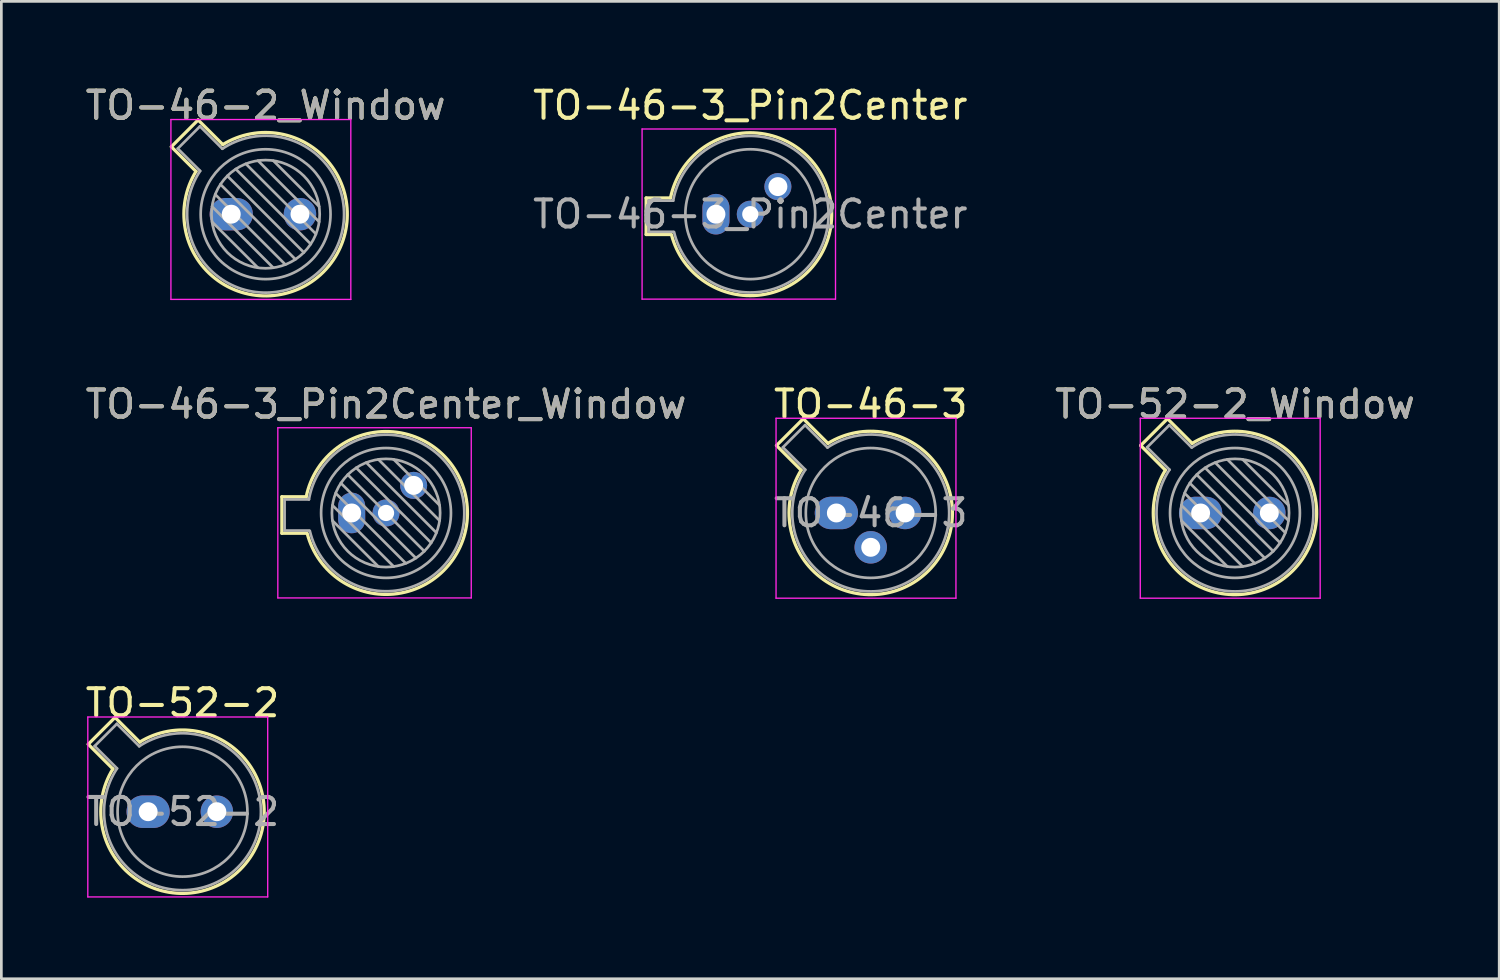
<source format=kicad_pcb>
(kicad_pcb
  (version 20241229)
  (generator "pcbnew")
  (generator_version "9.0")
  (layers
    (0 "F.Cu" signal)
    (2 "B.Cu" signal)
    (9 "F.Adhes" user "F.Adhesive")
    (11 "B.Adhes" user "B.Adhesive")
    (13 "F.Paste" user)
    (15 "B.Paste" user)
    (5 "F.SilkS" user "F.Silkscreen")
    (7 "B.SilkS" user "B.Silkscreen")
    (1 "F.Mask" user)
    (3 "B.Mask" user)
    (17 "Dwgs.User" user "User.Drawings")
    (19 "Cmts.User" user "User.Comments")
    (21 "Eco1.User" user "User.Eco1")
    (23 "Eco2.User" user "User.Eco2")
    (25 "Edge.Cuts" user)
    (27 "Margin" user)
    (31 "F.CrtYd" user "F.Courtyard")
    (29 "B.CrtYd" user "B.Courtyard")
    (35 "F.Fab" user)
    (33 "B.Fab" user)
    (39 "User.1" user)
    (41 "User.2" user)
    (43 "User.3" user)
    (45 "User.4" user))
  (footprint "TO-46-3"
    (layer "F.Cu")
    (at 27.867 15.912)
    (property "Reference" "TO-46-3" (at 1.27 -4.02 0) (layer "F.SilkS") (effects (font (size 1 1) (thickness 0.15))))
    (attr through_hole)
    (fp_line (start -2.214 -2.494) (end -1.302 -1.582) (stroke (width 0.12) (type solid)) (layer "F.SilkS"))
    (fp_line (start -1.224 -3.484) (end -2.214 -2.494) (stroke (width 0.12) (type solid)) (layer "F.SilkS"))
    (fp_line (start -0.312 -2.572) (end -1.224 -3.484) (stroke (width 0.12) (type solid)) (layer "F.SilkS"))
    (fp_arc (start -0.312331 -2.572281) (mid 3.405374 2.135551) (end -1.30215 -1.582544) (stroke (width 0.12) (type solid)) (layer "F.SilkS"))
    (fp_line (start -2.23 -3.5) (end -2.23 3.15) (stroke (width 0.05) (type solid)) (layer "F.CrtYd"))
    (fp_line (start -2.23 3.15) (end 4.42 3.15) (stroke (width 0.05) (type solid)) (layer "F.CrtYd"))
    (fp_line (start 4.42 -3.5) (end -2.23 -3.5) (stroke (width 0.05) (type solid)) (layer "F.CrtYd"))
    (fp_line (start 4.42 3.15) (end 4.42 -3.5) (stroke (width 0.05) (type solid)) (layer "F.CrtYd"))
    (fp_line (start -1.977 -2.426) (end -1.149 -1.599) (stroke (width 0.1) (type solid)) (layer "F.Fab"))
    (fp_line (start -1.156 -3.247) (end -1.977 -2.426) (stroke (width 0.1) (type solid)) (layer "F.Fab"))
    (fp_line (start -0.329 -2.419) (end -1.156 -3.247) (stroke (width 0.1) (type solid)) (layer "F.Fab"))
    (fp_arc (start -0.329057 -2.419301) (mid 3.321075 2.050145) (end -1.150029 -1.597956) (stroke (width 0.1) (type solid)) (layer "F.Fab"))
    (fp_circle (center 1.27 0) (end 3.67 0) (stroke (width 0.1) (type solid)) (fill no) (layer "F.Fab"))
    (fp_text user "${REFERENCE}" (at 1.27 0.000001 0) (layer "F.Fab") (effects (font (size 1 1) (thickness 0.15))))
    (pad "1" thru_hole oval (at 0 0) (size 1.6 1.2) (drill 0.7) (layers "*.Cu" "*.Mask"))
    (pad "2" thru_hole oval (at 1.27 1.27) (size 1.2 1.2) (drill 0.7) (layers "*.Cu" "*.Mask"))
    (pad "3" thru_hole oval (at 2.54 0) (size 1.2 1.2) (drill 0.7) (layers "*.Cu" "*.Mask")))
  (footprint "TO-46-2_Window"
    (layer "F.Cu")
    (at 5.498 4.868)
    (property "Reference" "TO-46-2_Window" (at 1.27 -4.02 0) (layer "F.SilkS") (effects (font (size 1 1) (thickness 0.15))))
    (attr through_hole)
    (fp_line (start -2.214 -2.494) (end -1.302 -1.582) (stroke (width 0.12) (type solid)) (layer "F.SilkS"))
    (fp_line (start -1.224 -3.484) (end -2.214 -2.494) (stroke (width 0.12) (type solid)) (layer "F.SilkS"))
    (fp_line (start -0.312 -2.572) (end -1.224 -3.484) (stroke (width 0.12) (type solid)) (layer "F.SilkS"))
    (fp_arc (start -0.312331 -2.572281) (mid 3.405374 2.135551) (end -1.30215 -1.582544) (stroke (width 0.12) (type solid)) (layer "F.SilkS"))
    (fp_line (start -2.23 -3.5) (end -2.23 3.15) (stroke (width 0.05) (type solid)) (layer "F.CrtYd"))
    (fp_line (start -2.23 3.15) (end 4.42 3.15) (stroke (width 0.05) (type solid)) (layer "F.CrtYd"))
    (fp_line (start 4.42 -3.5) (end -2.23 -3.5) (stroke (width 0.05) (type solid)) (layer "F.CrtYd"))
    (fp_line (start 4.42 3.15) (end 4.42 -3.5) (stroke (width 0.05) (type solid)) (layer "F.CrtYd"))
    (fp_line (start -1.977 -2.426) (end -1.149 -1.599) (stroke (width 0.1) (type solid)) (layer "F.Fab"))
    (fp_line (start -1.156 -3.247) (end -1.977 -2.426) (stroke (width 0.1) (type solid)) (layer "F.Fab"))
    (fp_line (start -0.71 -0.283) (end 1.553 1.98) (stroke (width 0.1) (type solid)) (layer "F.Fab"))
    (fp_line (start -0.71 0.283) (end 0.987 1.98) (stroke (width 0.1) (type solid)) (layer "F.Fab"))
    (fp_line (start -0.592 -0.731) (end 2.001 1.862) (stroke (width 0.1) (type solid)) (layer "F.Fab"))
    (fp_line (start -0.399 -1.103) (end 2.373 1.669) (stroke (width 0.1) (type solid)) (layer "F.Fab"))
    (fp_line (start -0.329 -2.419) (end -1.156 -3.247) (stroke (width 0.1) (type solid)) (layer "F.Fab"))
    (fp_line (start -0.145 -1.415) (end 2.685 1.415) (stroke (width 0.1) (type solid)) (layer "F.Fab"))
    (fp_line (start 0.167 -1.669) (end 2.939 1.103) (stroke (width 0.1) (type solid)) (layer "F.Fab"))
    (fp_line (start 0.539 -1.862) (end 3.132 0.731) (stroke (width 0.1) (type solid)) (layer "F.Fab"))
    (fp_line (start 0.987 -1.98) (end 3.25 0.283) (stroke (width 0.1) (type solid)) (layer "F.Fab"))
    (fp_line (start 1.553 -1.98) (end 3.25 -0.283) (stroke (width 0.1) (type solid)) (layer "F.Fab"))
    (fp_arc (start -0.329057 -2.419301) (mid 3.321075 2.050145) (end -1.150029 -1.597956) (stroke (width 0.1) (type solid)) (layer "F.Fab"))
    (fp_circle (center 1.27 0) (end 3.27 0) (stroke (width 0.1) (type solid)) (fill no) (layer "F.Fab"))
    (fp_circle (center 1.27 0) (end 3.67 0) (stroke (width 0.1) (type solid)) (fill no) (layer "F.Fab"))
    (fp_text user "${REFERENCE}" (at 1.27 -4.02 0) (layer "F.Fab") (effects (font (size 1 1) (thickness 0.15))))
    (pad "1" thru_hole oval (at 0 0) (size 1.6 1.2) (drill 0.7) (layers "*.Cu" "*.Mask"))
    (pad "2" thru_hole oval (at 2.54 0) (size 1.2 1.2) (drill 0.7) (layers "*.Cu" "*.Mask")))
  (footprint "TO-52-2_Window"
    (layer "F.Cu")
    (at 41.331 15.912)
    (property "Reference" "TO-52-2_Window" (at 1.27 -4.02 0) (layer "F.SilkS") (effects (font (size 1 1) (thickness 0.15))))
    (attr through_hole)
    (fp_line (start -2.214 -2.494) (end -1.302 -1.582) (stroke (width 0.12) (type solid)) (layer "F.SilkS"))
    (fp_line (start -1.224 -3.484) (end -2.214 -2.494) (stroke (width 0.12) (type solid)) (layer "F.SilkS"))
    (fp_line (start -0.312 -2.572) (end -1.224 -3.484) (stroke (width 0.12) (type solid)) (layer "F.SilkS"))
    (fp_arc (start -0.312331 -2.572281) (mid 3.405374 2.135551) (end -1.30215 -1.582544) (stroke (width 0.12) (type solid)) (layer "F.SilkS"))
    (fp_line (start -2.23 -3.5) (end -2.23 3.15) (stroke (width 0.05) (type solid)) (layer "F.CrtYd"))
    (fp_line (start -2.23 3.15) (end 4.42 3.15) (stroke (width 0.05) (type solid)) (layer "F.CrtYd"))
    (fp_line (start 4.42 -3.5) (end -2.23 -3.5) (stroke (width 0.05) (type solid)) (layer "F.CrtYd"))
    (fp_line (start 4.42 3.15) (end 4.42 -3.5) (stroke (width 0.05) (type solid)) (layer "F.CrtYd"))
    (fp_line (start -1.977 -2.426) (end -1.149 -1.599) (stroke (width 0.1) (type solid)) (layer "F.Fab"))
    (fp_line (start -1.156 -3.247) (end -1.977 -2.426) (stroke (width 0.1) (type solid)) (layer "F.Fab"))
    (fp_line (start -0.71 -0.283) (end 1.553 1.98) (stroke (width 0.1) (type solid)) (layer "F.Fab"))
    (fp_line (start -0.71 0.283) (end 0.987 1.98) (stroke (width 0.1) (type solid)) (layer "F.Fab"))
    (fp_line (start -0.592 -0.731) (end 2.001 1.862) (stroke (width 0.1) (type solid)) (layer "F.Fab"))
    (fp_line (start -0.399 -1.103) (end 2.373 1.669) (stroke (width 0.1) (type solid)) (layer "F.Fab"))
    (fp_line (start -0.329 -2.419) (end -1.156 -3.247) (stroke (width 0.1) (type solid)) (layer "F.Fab"))
    (fp_line (start -0.145 -1.415) (end 2.685 1.415) (stroke (width 0.1) (type solid)) (layer "F.Fab"))
    (fp_line (start 0.167 -1.669) (end 2.939 1.103) (stroke (width 0.1) (type solid)) (layer "F.Fab"))
    (fp_line (start 0.539 -1.862) (end 3.132 0.731) (stroke (width 0.1) (type solid)) (layer "F.Fab"))
    (fp_line (start 0.987 -1.98) (end 3.25 0.283) (stroke (width 0.1) (type solid)) (layer "F.Fab"))
    (fp_line (start 1.553 -1.98) (end 3.25 -0.283) (stroke (width 0.1) (type solid)) (layer "F.Fab"))
    (fp_arc (start -0.329057 -2.419301) (mid 3.321075 2.050145) (end -1.150029 -1.597956) (stroke (width 0.1) (type solid)) (layer "F.Fab"))
    (fp_circle (center 1.27 0) (end 3.27 0) (stroke (width 0.1) (type solid)) (fill no) (layer "F.Fab"))
    (fp_circle (center 1.27 0) (end 3.67 0) (stroke (width 0.1) (type solid)) (fill no) (layer "F.Fab"))
    (fp_text user "${REFERENCE}" (at 1.27 -4.02 0) (layer "F.Fab") (effects (font (size 1 1) (thickness 0.15))))
    (pad "1" thru_hole oval (at 0 0) (size 1.6 1.2) (drill 0.7) (layers "*.Cu" "*.Mask"))
    (pad "2" thru_hole oval (at 2.54 0) (size 1.2 1.2) (drill 0.7) (layers "*.Cu" "*.Mask")))
  (footprint "TO-46-3_Pin2Center"
    (layer "F.Cu")
    (at 23.415 4.868)
    (property "Reference" "TO-46-3_Pin2Center" (at 1.27 -4.02 0) (layer "F.SilkS") (effects (font (size 1 1) (thickness 0.15))))
    (attr through_hole)
    (fp_line (start -2.58 -0.6) (end -2.58 0.75) (stroke (width 0.12) (type solid)) (layer "F.SilkS"))
    (fp_line (start -2.58 0.75) (end -1.68 0.75) (stroke (width 0.12) (type solid)) (layer "F.SilkS"))
    (fp_line (start -1.68 -0.6) (end -2.58 -0.6) (stroke (width 0.12) (type solid)) (layer "F.SilkS"))
    (fp_arc (start -1.68 -0.6) (mid 4.279362 -0.078985) (end -1.644465 0.753918) (stroke (width 0.12) (type solid)) (layer "F.SilkS"))
    (fp_line (start -2.73 -3.15) (end -2.73 3.14) (stroke (width 0.05) (type solid)) (layer "F.CrtYd"))
    (fp_line (start -2.73 -3.15) (end 4.42 -3.15) (stroke (width 0.05) (type solid)) (layer "F.CrtYd"))
    (fp_line (start 4.42 3.14) (end -2.73 3.14) (stroke (width 0.05) (type solid)) (layer "F.CrtYd"))
    (fp_line (start 4.42 3.14) (end 4.42 -3.15) (stroke (width 0.05) (type solid)) (layer "F.CrtYd"))
    (fp_line (start -2.48 -0.5) (end -2.48 0.65) (stroke (width 0.1) (type solid)) (layer "F.Fab"))
    (fp_line (start -2.48 0.65) (end -1.58 0.65) (stroke (width 0.1) (type solid)) (layer "F.Fab"))
    (fp_line (start -1.58 -0.5) (end -2.48 -0.5) (stroke (width 0.1) (type solid)) (layer "F.Fab"))
    (fp_arc (start -1.58 -0.5) (mid 4.1624 -0.08076) (end -1.54766 0.65825) (stroke (width 0.1) (type solid)) (layer "F.Fab"))
    (fp_circle (center 1.27 0) (end 3.67 0) (stroke (width 0.1) (type solid)) (fill no) (layer "F.Fab"))
    (fp_text user "${REFERENCE}" (at 1.27 0 0) (layer "F.Fab") (effects (font (size 1 1) (thickness 0.15))))
    (pad "1" thru_hole oval (at 0 0 90) (size 1.5 1) (drill 0.7) (layers "*.Cu" "*.Mask"))
    (pad "2" thru_hole oval (at 1.27 0) (size 1 1) (drill 0.6) (layers "*.Cu" "*.Mask"))
    (pad "3" thru_hole oval (at 2.29 -1.02 90) (size 1 1) (drill 0.7) (layers "*.Cu" "*.Mask")))
  (footprint "TO-46-3_Pin2Center_Window"
    (layer "F.Cu")
    (at 9.95 15.912)
    (property "Reference" "TO-46-3_Pin2Center_Window" (at 1.27 -4.02 0) (layer "F.SilkS") (effects (font (size 1 1) (thickness 0.15))))
    (attr through_hole)
    (fp_line (start -2.58 -0.6) (end -2.58 0.75) (stroke (width 0.12) (type solid)) (layer "F.SilkS"))
    (fp_line (start -2.58 0.75) (end -1.68 0.75) (stroke (width 0.12) (type solid)) (layer "F.SilkS"))
    (fp_line (start -1.68 -0.6) (end -2.58 -0.6) (stroke (width 0.12) (type solid)) (layer "F.SilkS"))
    (fp_arc (start -1.68 -0.6) (mid 4.279362 -0.078985) (end -1.644465 0.753918) (stroke (width 0.12) (type solid)) (layer "F.SilkS"))
    (fp_line (start -2.73 -3.15) (end -2.73 3.14) (stroke (width 0.05) (type solid)) (layer "F.CrtYd"))
    (fp_line (start -2.73 -3.15) (end 4.42 -3.15) (stroke (width 0.05) (type solid)) (layer "F.CrtYd"))
    (fp_line (start 4.42 3.14) (end -2.73 3.14) (stroke (width 0.05) (type solid)) (layer "F.CrtYd"))
    (fp_line (start 4.42 3.14) (end 4.42 -3.15) (stroke (width 0.05) (type solid)) (layer "F.CrtYd"))
    (fp_line (start -2.48 -0.5) (end -2.48 0.65) (stroke (width 0.1) (type solid)) (layer "F.Fab"))
    (fp_line (start -2.48 0.65) (end -1.58 0.65) (stroke (width 0.1) (type solid)) (layer "F.Fab"))
    (fp_line (start -1.58 -0.5) (end -2.48 -0.5) (stroke (width 0.1) (type solid)) (layer "F.Fab"))
    (fp_line (start -0.71 -0.283) (end 1.553 1.98) (stroke (width 0.1) (type solid)) (layer "F.Fab"))
    (fp_line (start -0.71 0.283) (end 0.987 1.98) (stroke (width 0.1) (type solid)) (layer "F.Fab"))
    (fp_line (start -0.592 -0.731) (end 2.001 1.862) (stroke (width 0.1) (type solid)) (layer "F.Fab"))
    (fp_line (start -0.399 -1.103) (end 2.373 1.669) (stroke (width 0.1) (type solid)) (layer "F.Fab"))
    (fp_line (start -0.145 -1.415) (end 2.685 1.415) (stroke (width 0.1) (type solid)) (layer "F.Fab"))
    (fp_line (start 0.167 -1.669) (end 2.939 1.103) (stroke (width 0.1) (type solid)) (layer "F.Fab"))
    (fp_line (start 0.539 -1.862) (end 3.132 0.731) (stroke (width 0.1) (type solid)) (layer "F.Fab"))
    (fp_line (start 0.987 -1.98) (end 3.25 0.283) (stroke (width 0.1) (type solid)) (layer "F.Fab"))
    (fp_line (start 1.553 -1.98) (end 3.25 -0.283) (stroke (width 0.1) (type solid)) (layer "F.Fab"))
    (fp_arc (start -1.58 -0.5) (mid 4.1624 -0.08076) (end -1.54766 0.65825) (stroke (width 0.1) (type solid)) (layer "F.Fab"))
    (fp_circle (center 1.27 0) (end 3.27 0) (stroke (width 0.1) (type solid)) (fill no) (layer "F.Fab"))
    (fp_circle (center 1.27 0) (end 3.67 0) (stroke (width 0.1) (type solid)) (fill no) (layer "F.Fab"))
    (fp_text user "${REFERENCE}" (at 1.27 -4.02 0) (layer "F.Fab") (effects (font (size 1 1) (thickness 0.15))))
    (pad "1" thru_hole oval (at 0 0 90) (size 1.5 1) (drill 0.7) (layers "*.Cu" "*.Mask"))
    (pad "2" thru_hole oval (at 1.27 0) (size 1 1) (drill 0.6) (layers "*.Cu" "*.Mask"))
    (pad "3" thru_hole oval (at 2.29 -1.02 90) (size 1 1) (drill 0.7) (layers "*.Cu" "*.Mask")))
  (footprint "TO-52-2"
    (layer "F.Cu")
    (at 2.426 26.955)
    (property "Reference" "TO-52-2" (at 1.27 -4.02 0) (layer "F.SilkS") (effects (font (size 1 1) (thickness 0.15))))
    (attr through_hole)
    (fp_line (start -2.214 -2.494) (end -1.302 -1.582) (stroke (width 0.12) (type solid)) (layer "F.SilkS"))
    (fp_line (start -1.224 -3.484) (end -2.214 -2.494) (stroke (width 0.12) (type solid)) (layer "F.SilkS"))
    (fp_line (start -0.312 -2.572) (end -1.224 -3.484) (stroke (width 0.12) (type solid)) (layer "F.SilkS"))
    (fp_arc (start -0.312331 -2.572281) (mid 3.405374 2.135551) (end -1.30215 -1.582544) (stroke (width 0.12) (type solid)) (layer "F.SilkS"))
    (fp_line (start -2.23 -3.5) (end -2.23 3.15) (stroke (width 0.05) (type solid)) (layer "F.CrtYd"))
    (fp_line (start -2.23 3.15) (end 4.42 3.15) (stroke (width 0.05) (type solid)) (layer "F.CrtYd"))
    (fp_line (start 4.42 -3.5) (end -2.23 -3.5) (stroke (width 0.05) (type solid)) (layer "F.CrtYd"))
    (fp_line (start 4.42 3.15) (end 4.42 -3.5) (stroke (width 0.05) (type solid)) (layer "F.CrtYd"))
    (fp_line (start -1.977 -2.426) (end -1.149 -1.599) (stroke (width 0.1) (type solid)) (layer "F.Fab"))
    (fp_line (start -1.156 -3.247) (end -1.977 -2.426) (stroke (width 0.1) (type solid)) (layer "F.Fab"))
    (fp_line (start -0.329 -2.419) (end -1.156 -3.247) (stroke (width 0.1) (type solid)) (layer "F.Fab"))
    (fp_arc (start -0.329057 -2.419301) (mid 3.321075 2.050145) (end -1.150029 -1.597956) (stroke (width 0.1) (type solid)) (layer "F.Fab"))
    (fp_circle (center 1.27 0) (end 3.67 0) (stroke (width 0.1) (type solid)) (fill no) (layer "F.Fab"))
    (fp_text user "${REFERENCE}" (at 1.27 0.000001 0) (layer "F.Fab") (effects (font (size 1 1) (thickness 0.15))))
    (pad "1" thru_hole oval (at 0 0) (size 1.6 1.2) (drill 0.7) (layers "*.Cu" "*.Mask"))
    (pad "2" thru_hole oval (at 2.54 0) (size 1.2 1.2) (drill 0.7) (layers "*.Cu" "*.Mask")))
  (gr_rect
    (start -3 -3)
    (end 52.369 33.13)
    (stroke (width 0.1) (type default))
    (fill no)
    (layer "Edge.Cuts")))
</source>
